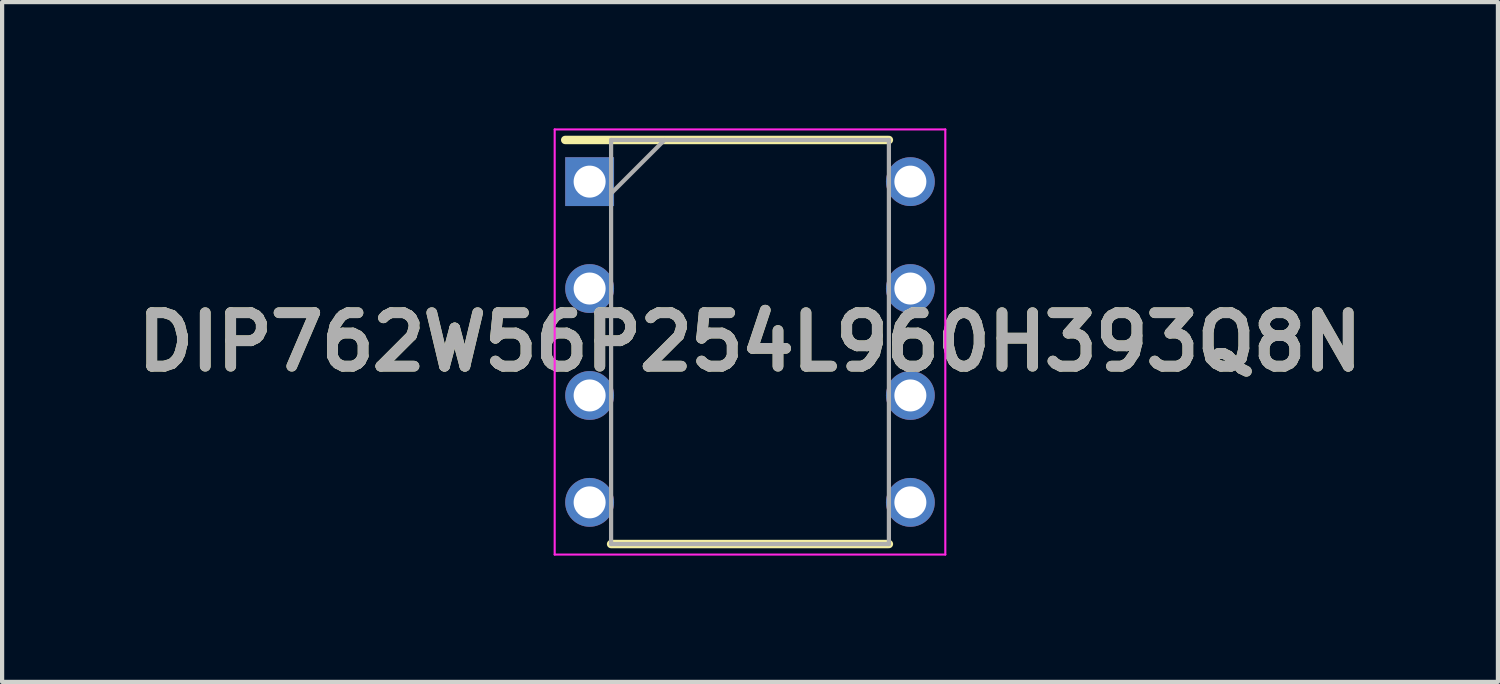
<source format=kicad_pcb>
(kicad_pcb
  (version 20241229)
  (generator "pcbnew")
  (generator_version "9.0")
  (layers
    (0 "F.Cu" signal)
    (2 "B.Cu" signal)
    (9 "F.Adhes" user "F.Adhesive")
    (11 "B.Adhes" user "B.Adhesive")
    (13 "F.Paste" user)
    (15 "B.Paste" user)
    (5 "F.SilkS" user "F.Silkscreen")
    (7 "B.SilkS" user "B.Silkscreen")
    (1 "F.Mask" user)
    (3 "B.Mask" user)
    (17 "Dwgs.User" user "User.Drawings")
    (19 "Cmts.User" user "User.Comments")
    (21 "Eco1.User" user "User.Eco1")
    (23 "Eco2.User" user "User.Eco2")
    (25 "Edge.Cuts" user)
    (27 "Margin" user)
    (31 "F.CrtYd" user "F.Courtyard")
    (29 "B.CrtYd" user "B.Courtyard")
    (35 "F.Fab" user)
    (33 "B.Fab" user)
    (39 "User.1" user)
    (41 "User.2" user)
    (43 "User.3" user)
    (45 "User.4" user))
  (footprint "DIP762W56P254L960H393Q8N"
    (layer "F.Cu")
    (at 14.768 5.075)
    (property "Reference" "DIP762W56P254L960H393Q8N" (at 0 0 0) (layer "F.SilkS") (effects (font (size 1.27 1.27) (thickness 0.254))))
    (attr through_hole)
    (fp_line (start -4.39 -4.8) (end 3.3 -4.8) (stroke (width 0.2) (type solid)) (layer "F.SilkS"))
    (fp_line (start -3.3 4.8) (end 3.3 4.8) (stroke (width 0.2) (type solid)) (layer "F.SilkS"))
    (fp_line (start -4.64 -5.05) (end 4.64 -5.05) (stroke (width 0.05) (type solid)) (layer "F.CrtYd"))
    (fp_line (start -4.64 5.05) (end -4.64 -5.05) (stroke (width 0.05) (type solid)) (layer "F.CrtYd"))
    (fp_line (start 4.64 -5.05) (end 4.64 5.05) (stroke (width 0.05) (type solid)) (layer "F.CrtYd"))
    (fp_line (start 4.64 5.05) (end -4.64 5.05) (stroke (width 0.05) (type solid)) (layer "F.CrtYd"))
    (fp_line (start -3.3 -4.8) (end 3.3 -4.8) (stroke (width 0.1) (type solid)) (layer "F.Fab"))
    (fp_line (start -3.3 -3.53) (end -2.03 -4.8) (stroke (width 0.1) (type solid)) (layer "F.Fab"))
    (fp_line (start -3.3 4.8) (end -3.3 -4.8) (stroke (width 0.1) (type solid)) (layer "F.Fab"))
    (fp_line (start 3.3 -4.8) (end 3.3 4.8) (stroke (width 0.1) (type solid)) (layer "F.Fab"))
    (fp_line (start 3.3 4.8) (end -3.3 4.8) (stroke (width 0.1) (type solid)) (layer "F.Fab"))
    (fp_text user "${REFERENCE}" (at 0 0 0) (layer "F.Fab") (effects (font (size 1.27 1.27) (thickness 0.254))))
    (pad "1" thru_hole rect (at -3.81 -3.81) (size 1.16 1.16) (drill 0.76) (layers "*.Cu" "*.Mask"))
    (pad "2" thru_hole circle (at -3.81 -1.27) (size 1.16 1.16) (drill 0.76) (layers "*.Cu" "*.Mask"))
    (pad "3" thru_hole circle (at -3.81 1.27) (size 1.16 1.16) (drill 0.76) (layers "*.Cu" "*.Mask"))
    (pad "4" thru_hole circle (at -3.81 3.81) (size 1.16 1.16) (drill 0.76) (layers "*.Cu" "*.Mask"))
    (pad "5" thru_hole circle (at 3.81 3.81) (size 1.16 1.16) (drill 0.76) (layers "*.Cu" "*.Mask"))
    (pad "6" thru_hole circle (at 3.81 1.27) (size 1.16 1.16) (drill 0.76) (layers "*.Cu" "*.Mask"))
    (pad "7" thru_hole circle (at 3.81 -1.27) (size 1.16 1.16) (drill 0.76) (layers "*.Cu" "*.Mask"))
    (pad "8" thru_hole circle (at 3.81 -3.81) (size 1.16 1.16) (drill 0.76) (layers "*.Cu" "*.Mask")))
  (gr_rect
    (start -3 -3)
    (end 32.537 13.15)
    (stroke (width 0.1) (type default))
    (fill no)
    (layer "Edge.Cuts")))
</source>
